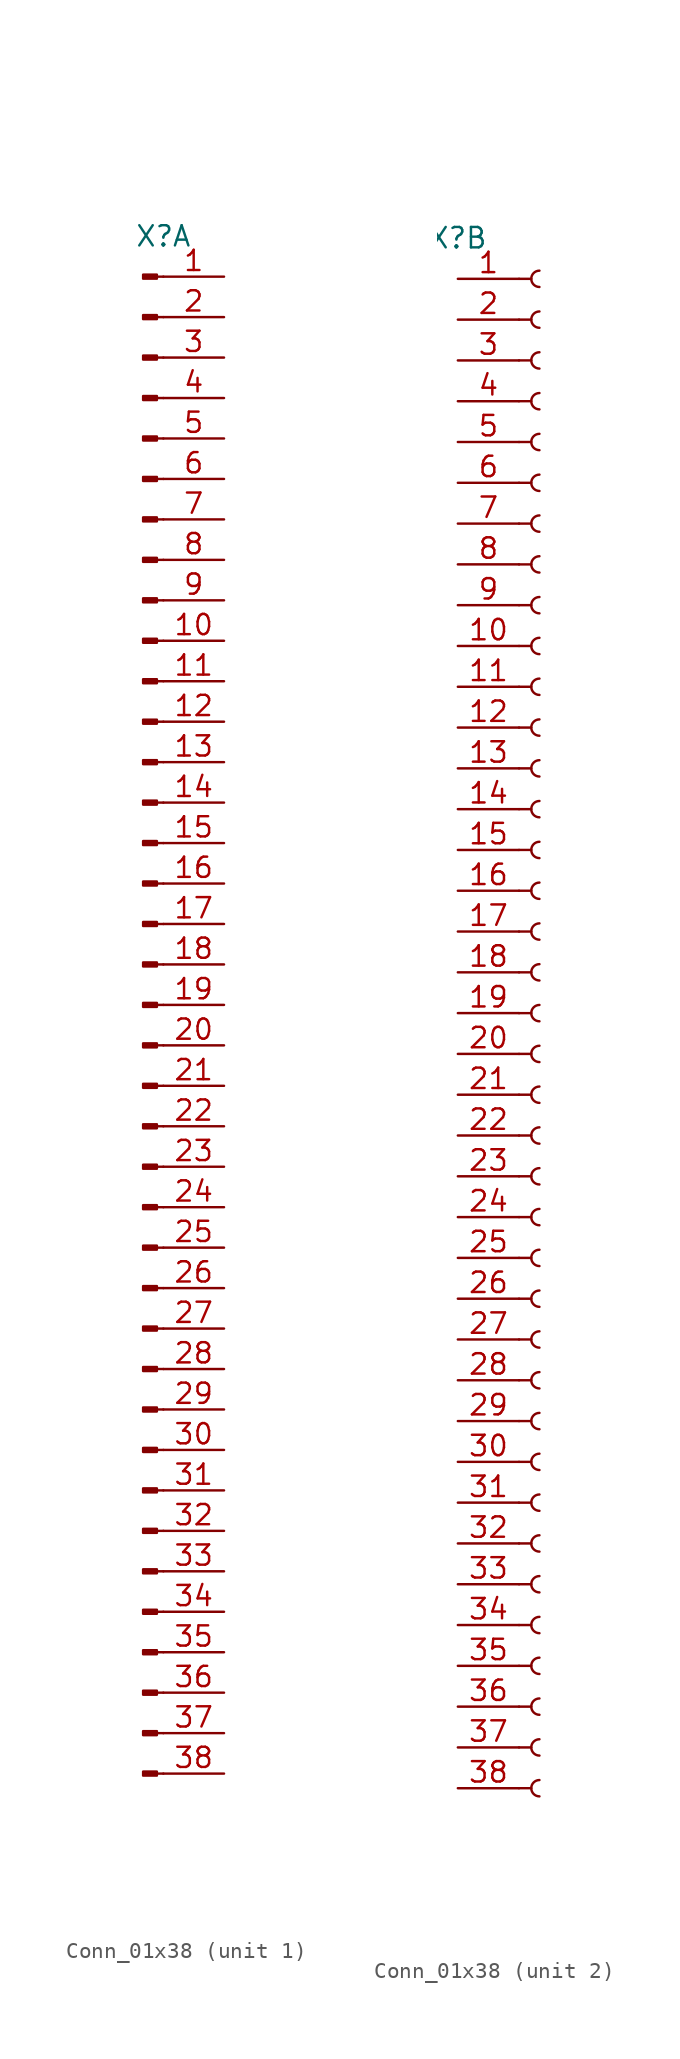
<source format=kicad_sym>
(kicad_symbol_lib
  (version 20241209)
  (generator "kicad_symbol_editor")
  (generator_version "9.0")
  (symbol "Conn_01x38"
    (pin_names
      (offset 1.016)
      (hide yes))
    (property "Reference" "X"
      (at 0 48.26 0)
      (effects (font (size 1.27 1.27))))
    (property "ki_locked" ""
      (at 0 0 0)
      (effects (font (size 1.27 1.27))))
    (symbol "Conn_01x38_1_1"
      (rectangle (start -0.406 45.847) (end -1.27 45.593) (stroke (width 0.152) (type default)) (fill (type outline)))
      (rectangle (start -0.406 43.307) (end -1.27 43.053) (stroke (width 0.152) (type default)) (fill (type outline)))
      (rectangle (start -0.406 40.767) (end -1.27 40.513) (stroke (width 0.152) (type default)) (fill (type outline)))
      (rectangle (start -0.406 38.227) (end -1.27 37.973) (stroke (width 0.152) (type default)) (fill (type outline)))
      (rectangle (start -0.406 35.687) (end -1.27 35.433) (stroke (width 0.152) (type default)) (fill (type outline)))
      (rectangle (start -0.406 33.147) (end -1.27 32.893) (stroke (width 0.152) (type default)) (fill (type outline)))
      (rectangle (start -0.406 30.607) (end -1.27 30.353) (stroke (width 0.152) (type default)) (fill (type outline)))
      (rectangle (start -0.406 28.067) (end -1.27 27.813) (stroke (width 0.152) (type default)) (fill (type outline)))
      (rectangle (start -0.406 25.527) (end -1.27 25.273) (stroke (width 0.152) (type default)) (fill (type outline)))
      (rectangle (start -0.406 22.987) (end -1.27 22.733) (stroke (width 0.152) (type default)) (fill (type outline)))
      (rectangle (start -0.406 20.447) (end -1.27 20.193) (stroke (width 0.152) (type default)) (fill (type outline)))
      (rectangle (start -0.406 17.907) (end -1.27 17.653) (stroke (width 0.152) (type default)) (fill (type outline)))
      (rectangle (start -0.406 15.367) (end -1.27 15.113) (stroke (width 0.152) (type default)) (fill (type outline)))
      (rectangle (start -0.406 12.827) (end -1.27 12.573) (stroke (width 0.152) (type default)) (fill (type outline)))
      (rectangle (start -0.406 10.287) (end -1.27 10.033) (stroke (width 0.152) (type default)) (fill (type outline)))
      (rectangle (start -0.406 7.747) (end -1.27 7.493) (stroke (width 0.152) (type default)) (fill (type outline)))
      (rectangle (start -0.406 5.207) (end -1.27 4.953) (stroke (width 0.152) (type default)) (fill (type outline)))
      (rectangle (start -0.406 2.667) (end -1.27 2.413) (stroke (width 0.152) (type default)) (fill (type outline)))
      (rectangle (start -0.406 0.127) (end -1.27 -0.127) (stroke (width 0.152) (type default)) (fill (type outline)))
      (rectangle (start -0.406 -2.413) (end -1.27 -2.667) (stroke (width 0.152) (type default)) (fill (type outline)))
      (rectangle (start -0.406 -4.953) (end -1.27 -5.207) (stroke (width 0.152) (type default)) (fill (type outline)))
      (rectangle (start -0.406 -7.493) (end -1.27 -7.747) (stroke (width 0.152) (type default)) (fill (type outline)))
      (rectangle (start -0.406 -10.033) (end -1.27 -10.287) (stroke (width 0.152) (type default)) (fill (type outline)))
      (rectangle (start -0.406 -12.573) (end -1.27 -12.827) (stroke (width 0.152) (type default)) (fill (type outline)))
      (rectangle (start -0.406 -15.113) (end -1.27 -15.367) (stroke (width 0.152) (type default)) (fill (type outline)))
      (rectangle (start -0.406 -17.653) (end -1.27 -17.907) (stroke (width 0.152) (type default)) (fill (type outline)))
      (rectangle (start -0.406 -20.193) (end -1.27 -20.447) (stroke (width 0.152) (type default)) (fill (type outline)))
      (rectangle (start -0.406 -22.733) (end -1.27 -22.987) (stroke (width 0.152) (type default)) (fill (type outline)))
      (rectangle (start -0.406 -25.273) (end -1.27 -25.527) (stroke (width 0.152) (type default)) (fill (type outline)))
      (rectangle (start -0.406 -27.813) (end -1.27 -28.067) (stroke (width 0.152) (type default)) (fill (type outline)))
      (rectangle (start -0.406 -30.353) (end -1.27 -30.607) (stroke (width 0.152) (type default)) (fill (type outline)))
      (rectangle (start -0.406 -32.893) (end -1.27 -33.147) (stroke (width 0.152) (type default)) (fill (type outline)))
      (rectangle (start -0.406 -35.433) (end -1.27 -35.687) (stroke (width 0.152) (type default)) (fill (type outline)))
      (rectangle (start -0.406 -37.973) (end -1.27 -38.227) (stroke (width 0.152) (type default)) (fill (type outline)))
      (rectangle (start -0.406 -40.513) (end -1.27 -40.767) (stroke (width 0.152) (type default)) (fill (type outline)))
      (rectangle (start -0.406 -43.053) (end -1.27 -43.307) (stroke (width 0.152) (type default)) (fill (type outline)))
      (rectangle (start -0.406 -45.593) (end -1.27 -45.847) (stroke (width 0.152) (type default)) (fill (type outline)))
      (rectangle (start -0.406 -48.133) (end -1.27 -48.387) (stroke (width 0.152) (type default)) (fill (type outline)))
      (polyline (pts (xy 0 45.72) (xy -0.406 45.72)) (stroke (width 0.152) (type default)) (fill (type none)))
      (polyline (pts (xy 0 43.18) (xy -0.406 43.18)) (stroke (width 0.152) (type default)) (fill (type none)))
      (polyline (pts (xy 0 40.64) (xy -0.406 40.64)) (stroke (width 0.152) (type default)) (fill (type none)))
      (polyline (pts (xy 0 38.1) (xy -0.406 38.1)) (stroke (width 0.152) (type default)) (fill (type none)))
      (polyline (pts (xy 0 35.56) (xy -0.406 35.56)) (stroke (width 0.152) (type default)) (fill (type none)))
      (polyline (pts (xy 0 33.02) (xy -0.406 33.02)) (stroke (width 0.152) (type default)) (fill (type none)))
      (polyline (pts (xy 0 30.48) (xy -0.406 30.48)) (stroke (width 0.152) (type default)) (fill (type none)))
      (polyline (pts (xy 0 27.94) (xy -0.406 27.94)) (stroke (width 0.152) (type default)) (fill (type none)))
      (polyline (pts (xy 0 25.4) (xy -0.406 25.4)) (stroke (width 0.152) (type default)) (fill (type none)))
      (polyline (pts (xy 0 22.86) (xy -0.406 22.86)) (stroke (width 0.152) (type default)) (fill (type none)))
      (polyline (pts (xy 0 20.32) (xy -0.406 20.32)) (stroke (width 0.152) (type default)) (fill (type none)))
      (polyline (pts (xy 0 17.78) (xy -0.406 17.78)) (stroke (width 0.152) (type default)) (fill (type none)))
      (polyline (pts (xy 0 15.24) (xy -0.406 15.24)) (stroke (width 0.152) (type default)) (fill (type none)))
      (polyline (pts (xy 0 12.7) (xy -0.406 12.7)) (stroke (width 0.152) (type default)) (fill (type none)))
      (polyline (pts (xy 0 10.16) (xy -0.406 10.16)) (stroke (width 0.152) (type default)) (fill (type none)))
      (polyline (pts (xy 0 7.62) (xy -0.406 7.62)) (stroke (width 0.152) (type default)) (fill (type none)))
      (polyline (pts (xy 0 5.08) (xy -0.406 5.08)) (stroke (width 0.152) (type default)) (fill (type none)))
      (polyline (pts (xy 0 2.54) (xy -0.406 2.54)) (stroke (width 0.152) (type default)) (fill (type none)))
      (polyline (pts (xy 0 0) (xy -0.406 0)) (stroke (width 0.152) (type default)) (fill (type none)))
      (polyline (pts (xy 0 -2.54) (xy -0.406 -2.54)) (stroke (width 0.152) (type default)) (fill (type none)))
      (polyline (pts (xy 0 -5.08) (xy -0.406 -5.08)) (stroke (width 0.152) (type default)) (fill (type none)))
      (polyline (pts (xy 0 -7.62) (xy -0.406 -7.62)) (stroke (width 0.152) (type default)) (fill (type none)))
      (polyline (pts (xy 0 -10.16) (xy -0.406 -10.16)) (stroke (width 0.152) (type default)) (fill (type none)))
      (polyline (pts (xy 0 -12.7) (xy -0.406 -12.7)) (stroke (width 0.152) (type default)) (fill (type none)))
      (polyline (pts (xy 0 -15.24) (xy -0.406 -15.24)) (stroke (width 0.152) (type default)) (fill (type none)))
      (polyline (pts (xy 0 -17.78) (xy -0.406 -17.78)) (stroke (width 0.152) (type default)) (fill (type none)))
      (polyline (pts (xy 0 -20.32) (xy -0.406 -20.32)) (stroke (width 0.152) (type default)) (fill (type none)))
      (polyline (pts (xy 0 -22.86) (xy -0.406 -22.86)) (stroke (width 0.152) (type default)) (fill (type none)))
      (polyline (pts (xy 0 -25.4) (xy -0.406 -25.4)) (stroke (width 0.152) (type default)) (fill (type none)))
      (polyline (pts (xy 0 -27.94) (xy -0.406 -27.94)) (stroke (width 0.152) (type default)) (fill (type none)))
      (polyline (pts (xy 0 -30.48) (xy -0.406 -30.48)) (stroke (width 0.152) (type default)) (fill (type none)))
      (polyline (pts (xy 0 -33.02) (xy -0.406 -33.02)) (stroke (width 0.152) (type default)) (fill (type none)))
      (polyline (pts (xy 0 -35.56) (xy -0.406 -35.56)) (stroke (width 0.152) (type default)) (fill (type none)))
      (polyline (pts (xy 0 -38.1) (xy -0.406 -38.1)) (stroke (width 0.152) (type default)) (fill (type none)))
      (polyline (pts (xy 0 -40.64) (xy -0.406 -40.64)) (stroke (width 0.152) (type default)) (fill (type none)))
      (polyline (pts (xy 0 -43.18) (xy -0.406 -43.18)) (stroke (width 0.152) (type default)) (fill (type none)))
      (polyline (pts (xy 0 -45.72) (xy -0.406 -45.72)) (stroke (width 0.152) (type default)) (fill (type none)))
      (polyline (pts (xy 0 -48.26) (xy -0.406 -48.26)) (stroke (width 0.152) (type default)) (fill (type none)))
      (pin passive line (at 3.81 45.72 180) (length 3.81) (name "Pin_1" (effects (font (size 1.27 1.27)))) (number "1" (effects (font (size 1.27 1.27)))))
      (pin passive line (at 3.81 43.18 180) (length 3.81) (name "Pin_2" (effects (font (size 1.27 1.27)))) (number "2" (effects (font (size 1.27 1.27)))))
      (pin passive line (at 3.81 40.64 180) (length 3.81) (name "Pin_3" (effects (font (size 1.27 1.27)))) (number "3" (effects (font (size 1.27 1.27)))))
      (pin passive line (at 3.81 38.1 180) (length 3.81) (name "Pin_4" (effects (font (size 1.27 1.27)))) (number "4" (effects (font (size 1.27 1.27)))))
      (pin passive line (at 3.81 35.56 180) (length 3.81) (name "Pin_5" (effects (font (size 1.27 1.27)))) (number "5" (effects (font (size 1.27 1.27)))))
      (pin passive line (at 3.81 33.02 180) (length 3.81) (name "Pin_6" (effects (font (size 1.27 1.27)))) (number "6" (effects (font (size 1.27 1.27)))))
      (pin passive line (at 3.81 30.48 180) (length 3.81) (name "Pin_7" (effects (font (size 1.27 1.27)))) (number "7" (effects (font (size 1.27 1.27)))))
      (pin passive line (at 3.81 27.94 180) (length 3.81) (name "Pin_8" (effects (font (size 1.27 1.27)))) (number "8" (effects (font (size 1.27 1.27)))))
      (pin passive line (at 3.81 25.4 180) (length 3.81) (name "Pin_9" (effects (font (size 1.27 1.27)))) (number "9" (effects (font (size 1.27 1.27)))))
      (pin passive line (at 3.81 22.86 180) (length 3.81) (name "Pin_10" (effects (font (size 1.27 1.27)))) (number "10" (effects (font (size 1.27 1.27)))))
      (pin passive line (at 3.81 20.32 180) (length 3.81) (name "Pin_11" (effects (font (size 1.27 1.27)))) (number "11" (effects (font (size 1.27 1.27)))))
      (pin passive line (at 3.81 17.78 180) (length 3.81) (name "Pin_12" (effects (font (size 1.27 1.27)))) (number "12" (effects (font (size 1.27 1.27)))))
      (pin passive line (at 3.81 15.24 180) (length 3.81) (name "Pin_13" (effects (font (size 1.27 1.27)))) (number "13" (effects (font (size 1.27 1.27)))))
      (pin passive line (at 3.81 12.7 180) (length 3.81) (name "Pin_14" (effects (font (size 1.27 1.27)))) (number "14" (effects (font (size 1.27 1.27)))))
      (pin passive line (at 3.81 10.16 180) (length 3.81) (name "Pin_15" (effects (font (size 1.27 1.27)))) (number "15" (effects (font (size 1.27 1.27)))))
      (pin passive line (at 3.81 7.62 180) (length 3.81) (name "Pin_16" (effects (font (size 1.27 1.27)))) (number "16" (effects (font (size 1.27 1.27)))))
      (pin passive line (at 3.81 5.08 180) (length 3.81) (name "Pin_17" (effects (font (size 1.27 1.27)))) (number "17" (effects (font (size 1.27 1.27)))))
      (pin passive line (at 3.81 2.54 180) (length 3.81) (name "Pin_18" (effects (font (size 1.27 1.27)))) (number "18" (effects (font (size 1.27 1.27)))))
      (pin passive line (at 3.81 0 180) (length 3.81) (name "Pin_19" (effects (font (size 1.27 1.27)))) (number "19" (effects (font (size 1.27 1.27)))))
      (pin passive line (at 3.81 -2.54 180) (length 3.81) (name "Pin_20" (effects (font (size 1.27 1.27)))) (number "20" (effects (font (size 1.27 1.27)))))
      (pin passive line (at 3.81 -5.08 180) (length 3.81) (name "Pin_21" (effects (font (size 1.27 1.27)))) (number "21" (effects (font (size 1.27 1.27)))))
      (pin passive line (at 3.81 -7.62 180) (length 3.81) (name "Pin_22" (effects (font (size 1.27 1.27)))) (number "22" (effects (font (size 1.27 1.27)))))
      (pin passive line (at 3.81 -10.16 180) (length 3.81) (name "Pin_23" (effects (font (size 1.27 1.27)))) (number "23" (effects (font (size 1.27 1.27)))))
      (pin passive line (at 3.81 -12.7 180) (length 3.81) (name "Pin_24" (effects (font (size 1.27 1.27)))) (number "24" (effects (font (size 1.27 1.27)))))
      (pin passive line (at 3.81 -15.24 180) (length 3.81) (name "Pin_25" (effects (font (size 1.27 1.27)))) (number "25" (effects (font (size 1.27 1.27)))))
      (pin passive line (at 3.81 -17.78 180) (length 3.81) (name "Pin_26" (effects (font (size 1.27 1.27)))) (number "26" (effects (font (size 1.27 1.27)))))
      (pin passive line (at 3.81 -20.32 180) (length 3.81) (name "Pin_27" (effects (font (size 1.27 1.27)))) (number "27" (effects (font (size 1.27 1.27)))))
      (pin passive line (at 3.81 -22.86 180) (length 3.81) (name "Pin_28" (effects (font (size 1.27 1.27)))) (number "28" (effects (font (size 1.27 1.27)))))
      (pin passive line (at 3.81 -25.4 180) (length 3.81) (name "Pin_29" (effects (font (size 1.27 1.27)))) (number "29" (effects (font (size 1.27 1.27)))))
      (pin passive line (at 3.81 -27.94 180) (length 3.81) (name "Pin_30" (effects (font (size 1.27 1.27)))) (number "30" (effects (font (size 1.27 1.27)))))
      (pin passive line (at 3.81 -30.48 180) (length 3.81) (name "Pin_31" (effects (font (size 1.27 1.27)))) (number "31" (effects (font (size 1.27 1.27)))))
      (pin passive line (at 3.81 -33.02 180) (length 3.81) (name "Pin_32" (effects (font (size 1.27 1.27)))) (number "32" (effects (font (size 1.27 1.27)))))
      (pin passive line (at 3.81 -35.56 180) (length 3.81) (name "Pin_33" (effects (font (size 1.27 1.27)))) (number "33" (effects (font (size 1.27 1.27)))))
      (pin passive line (at 3.81 -38.1 180) (length 3.81) (name "Pin_34" (effects (font (size 1.27 1.27)))) (number "34" (effects (font (size 1.27 1.27)))))
      (pin passive line (at 3.81 -40.64 180) (length 3.81) (name "Pin_35" (effects (font (size 1.27 1.27)))) (number "35" (effects (font (size 1.27 1.27)))))
      (pin passive line (at 3.81 -43.18 180) (length 3.81) (name "Pin_36" (effects (font (size 1.27 1.27)))) (number "36" (effects (font (size 1.27 1.27)))))
      (pin passive line (at 3.81 -45.72 180) (length 3.81) (name "Pin_37" (effects (font (size 1.27 1.27)))) (number "37" (effects (font (size 1.27 1.27)))))
      (pin passive line (at 3.81 -48.26 180) (length 3.81) (name "Pin_38" (effects (font (size 1.27 1.27)))) (number "38" (effects (font (size 1.27 1.27))))))
    (symbol "Conn_01x38_2_1"
      (polyline (pts (xy 3.81 45.72) (xy 4.572 45.72)) (stroke (width 0.152) (type default)) (fill (type none)))
      (polyline (pts (xy 3.81 43.18) (xy 4.572 43.18)) (stroke (width 0.152) (type default)) (fill (type none)))
      (polyline (pts (xy 3.81 40.64) (xy 4.572 40.64)) (stroke (width 0.152) (type default)) (fill (type none)))
      (polyline (pts (xy 3.81 38.1) (xy 4.572 38.1)) (stroke (width 0.152) (type default)) (fill (type none)))
      (polyline (pts (xy 3.81 35.56) (xy 4.572 35.56)) (stroke (width 0.152) (type default)) (fill (type none)))
      (polyline (pts (xy 3.81 33.02) (xy 4.572 33.02)) (stroke (width 0.152) (type default)) (fill (type none)))
      (polyline (pts (xy 3.81 30.48) (xy 4.572 30.48)) (stroke (width 0.152) (type default)) (fill (type none)))
      (polyline (pts (xy 3.81 27.94) (xy 4.572 27.94)) (stroke (width 0.152) (type default)) (fill (type none)))
      (polyline (pts (xy 3.81 25.4) (xy 4.572 25.4)) (stroke (width 0.152) (type default)) (fill (type none)))
      (polyline (pts (xy 3.81 22.86) (xy 4.572 22.86)) (stroke (width 0.152) (type default)) (fill (type none)))
      (polyline (pts (xy 3.81 20.32) (xy 4.572 20.32)) (stroke (width 0.152) (type default)) (fill (type none)))
      (polyline (pts (xy 3.81 17.78) (xy 4.572 17.78)) (stroke (width 0.152) (type default)) (fill (type none)))
      (polyline (pts (xy 3.81 15.24) (xy 4.572 15.24)) (stroke (width 0.152) (type default)) (fill (type none)))
      (polyline (pts (xy 3.81 12.7) (xy 4.572 12.7)) (stroke (width 0.152) (type default)) (fill (type none)))
      (polyline (pts (xy 3.81 10.16) (xy 4.572 10.16)) (stroke (width 0.152) (type default)) (fill (type none)))
      (polyline (pts (xy 3.81 7.62) (xy 4.572 7.62)) (stroke (width 0.152) (type default)) (fill (type none)))
      (polyline (pts (xy 3.81 5.08) (xy 4.572 5.08)) (stroke (width 0.152) (type default)) (fill (type none)))
      (polyline (pts (xy 3.81 2.54) (xy 4.572 2.54)) (stroke (width 0.152) (type default)) (fill (type none)))
      (polyline (pts (xy 3.81 0) (xy 4.572 0)) (stroke (width 0.152) (type default)) (fill (type none)))
      (polyline (pts (xy 3.81 -2.54) (xy 4.572 -2.54)) (stroke (width 0.152) (type default)) (fill (type none)))
      (polyline (pts (xy 3.81 -5.08) (xy 4.572 -5.08)) (stroke (width 0.152) (type default)) (fill (type none)))
      (polyline (pts (xy 3.81 -7.62) (xy 4.572 -7.62)) (stroke (width 0.152) (type default)) (fill (type none)))
      (polyline (pts (xy 3.81 -10.16) (xy 4.572 -10.16)) (stroke (width 0.152) (type default)) (fill (type none)))
      (polyline (pts (xy 3.81 -12.7) (xy 4.572 -12.7)) (stroke (width 0.152) (type default)) (fill (type none)))
      (polyline (pts (xy 3.81 -15.24) (xy 4.572 -15.24)) (stroke (width 0.152) (type default)) (fill (type none)))
      (polyline (pts (xy 3.81 -17.78) (xy 4.572 -17.78)) (stroke (width 0.152) (type default)) (fill (type none)))
      (polyline (pts (xy 3.81 -20.32) (xy 4.572 -20.32)) (stroke (width 0.152) (type default)) (fill (type none)))
      (polyline (pts (xy 3.81 -22.86) (xy 4.572 -22.86)) (stroke (width 0.152) (type default)) (fill (type none)))
      (polyline (pts (xy 3.81 -25.4) (xy 4.572 -25.4)) (stroke (width 0.152) (type default)) (fill (type none)))
      (polyline (pts (xy 3.81 -27.94) (xy 4.572 -27.94)) (stroke (width 0.152) (type default)) (fill (type none)))
      (polyline (pts (xy 3.81 -30.48) (xy 4.572 -30.48)) (stroke (width 0.152) (type default)) (fill (type none)))
      (polyline (pts (xy 3.81 -33.02) (xy 4.572 -33.02)) (stroke (width 0.152) (type default)) (fill (type none)))
      (polyline (pts (xy 3.81 -35.56) (xy 4.572 -35.56)) (stroke (width 0.152) (type default)) (fill (type none)))
      (polyline (pts (xy 3.81 -38.1) (xy 4.572 -38.1)) (stroke (width 0.152) (type default)) (fill (type none)))
      (polyline (pts (xy 3.81 -40.64) (xy 4.572 -40.64)) (stroke (width 0.152) (type default)) (fill (type none)))
      (polyline (pts (xy 3.81 -43.18) (xy 4.572 -43.18)) (stroke (width 0.152) (type default)) (fill (type none)))
      (polyline (pts (xy 3.81 -45.72) (xy 4.572 -45.72)) (stroke (width 0.152) (type default)) (fill (type none)))
      (polyline (pts (xy 3.81 -48.26) (xy 4.572 -48.26)) (stroke (width 0.152) (type default)) (fill (type none)))
      (arc (start 5.08 45.212) (mid 4.5742 45.72) (end 5.08 46.228) (stroke (width 0.1524) (type default)) (fill (type none)))
      (arc (start 5.08 42.672) (mid 4.5742 43.18) (end 5.08 43.688) (stroke (width 0.1524) (type default)) (fill (type none)))
      (arc (start 5.08 40.132) (mid 4.5742 40.64) (end 5.08 41.148) (stroke (width 0.1524) (type default)) (fill (type none)))
      (arc (start 5.08 37.592) (mid 4.5742 38.1) (end 5.08 38.608) (stroke (width 0.1524) (type default)) (fill (type none)))
      (arc (start 5.08 35.052) (mid 4.5742 35.56) (end 5.08 36.068) (stroke (width 0.1524) (type default)) (fill (type none)))
      (arc (start 5.08 32.512) (mid 4.5742 33.02) (end 5.08 33.528) (stroke (width 0.1524) (type default)) (fill (type none)))
      (arc (start 5.08 29.972) (mid 4.5742 30.48) (end 5.08 30.988) (stroke (width 0.1524) (type default)) (fill (type none)))
      (arc (start 5.08 27.432) (mid 4.5742 27.94) (end 5.08 28.448) (stroke (width 0.1524) (type default)) (fill (type none)))
      (arc (start 5.08 24.892) (mid 4.5742 25.4) (end 5.08 25.908) (stroke (width 0.1524) (type default)) (fill (type none)))
      (arc (start 5.08 22.352) (mid 4.5742 22.86) (end 5.08 23.368) (stroke (width 0.1524) (type default)) (fill (type none)))
      (arc (start 5.08 19.812) (mid 4.5742 20.32) (end 5.08 20.828) (stroke (width 0.1524) (type default)) (fill (type none)))
      (arc (start 5.08 17.272) (mid 4.5742 17.78) (end 5.08 18.288) (stroke (width 0.1524) (type default)) (fill (type none)))
      (arc (start 5.08 14.732) (mid 4.5742 15.24) (end 5.08 15.748) (stroke (width 0.1524) (type default)) (fill (type none)))
      (arc (start 5.08 12.192) (mid 4.5742 12.7) (end 5.08 13.208) (stroke (width 0.1524) (type default)) (fill (type none)))
      (arc (start 5.08 9.652) (mid 4.5742 10.16) (end 5.08 10.668) (stroke (width 0.1524) (type default)) (fill (type none)))
      (arc (start 5.08 7.112) (mid 4.5742 7.62) (end 5.08 8.128) (stroke (width 0.1524) (type default)) (fill (type none)))
      (arc (start 5.08 4.572) (mid 4.5742 5.08) (end 5.08 5.588) (stroke (width 0.1524) (type default)) (fill (type none)))
      (arc (start 5.08 2.032) (mid 4.5742 2.54) (end 5.08 3.048) (stroke (width 0.1524) (type default)) (fill (type none)))
      (arc (start 5.08 -0.508) (mid 4.5742 0) (end 5.08 0.508) (stroke (width 0.1524) (type default)) (fill (type none)))
      (arc (start 5.08 -3.048) (mid 4.5742 -2.54) (end 5.08 -2.032) (stroke (width 0.1524) (type default)) (fill (type none)))
      (arc (start 5.08 -5.588) (mid 4.5742 -5.08) (end 5.08 -4.572) (stroke (width 0.1524) (type default)) (fill (type none)))
      (arc (start 5.08 -8.128) (mid 4.5742 -7.62) (end 5.08 -7.112) (stroke (width 0.1524) (type default)) (fill (type none)))
      (arc (start 5.08 -10.668) (mid 4.5742 -10.16) (end 5.08 -9.652) (stroke (width 0.1524) (type default)) (fill (type none)))
      (arc (start 5.08 -13.208) (mid 4.5742 -12.7) (end 5.08 -12.192) (stroke (width 0.1524) (type default)) (fill (type none)))
      (arc (start 5.08 -15.748) (mid 4.5742 -15.24) (end 5.08 -14.732) (stroke (width 0.1524) (type default)) (fill (type none)))
      (arc (start 5.08 -18.288) (mid 4.5742 -17.78) (end 5.08 -17.272) (stroke (width 0.1524) (type default)) (fill (type none)))
      (arc (start 5.08 -20.828) (mid 4.5742 -20.32) (end 5.08 -19.812) (stroke (width 0.1524) (type default)) (fill (type none)))
      (arc (start 5.08 -23.368) (mid 4.5742 -22.86) (end 5.08 -22.352) (stroke (width 0.1524) (type default)) (fill (type none)))
      (arc (start 5.08 -25.908) (mid 4.5742 -25.4) (end 5.08 -24.892) (stroke (width 0.1524) (type default)) (fill (type none)))
      (arc (start 5.08 -28.448) (mid 4.5742 -27.94) (end 5.08 -27.432) (stroke (width 0.1524) (type default)) (fill (type none)))
      (arc (start 5.08 -30.988) (mid 4.5742 -30.48) (end 5.08 -29.972) (stroke (width 0.1524) (type default)) (fill (type none)))
      (arc (start 5.08 -33.528) (mid 4.5742 -33.02) (end 5.08 -32.512) (stroke (width 0.1524) (type default)) (fill (type none)))
      (arc (start 5.08 -36.068) (mid 4.5742 -35.56) (end 5.08 -35.052) (stroke (width 0.1524) (type default)) (fill (type none)))
      (arc (start 5.08 -38.608) (mid 4.5742 -38.1) (end 5.08 -37.592) (stroke (width 0.1524) (type default)) (fill (type none)))
      (arc (start 5.08 -41.148) (mid 4.5742 -40.64) (end 5.08 -40.132) (stroke (width 0.1524) (type default)) (fill (type none)))
      (arc (start 5.08 -43.688) (mid 4.5742 -43.18) (end 5.08 -42.672) (stroke (width 0.1524) (type default)) (fill (type none)))
      (arc (start 5.08 -46.228) (mid 4.5742 -45.72) (end 5.08 -45.212) (stroke (width 0.1524) (type default)) (fill (type none)))
      (arc (start 5.08 -48.768) (mid 4.5742 -48.26) (end 5.08 -47.752) (stroke (width 0.1524) (type default)) (fill (type none)))
      (pin passive line (at 0 45.72 0) (length 3.81) (name "Pin_1" (effects (font (size 1.27 1.27)))) (number "1" (effects (font (size 1.27 1.27)))))
      (pin passive line (at 0 43.18 0) (length 3.81) (name "Pin_2" (effects (font (size 1.27 1.27)))) (number "2" (effects (font (size 1.27 1.27)))))
      (pin passive line (at 0 40.64 0) (length 3.81) (name "Pin_3" (effects (font (size 1.27 1.27)))) (number "3" (effects (font (size 1.27 1.27)))))
      (pin passive line (at 0 38.1 0) (length 3.81) (name "Pin_4" (effects (font (size 1.27 1.27)))) (number "4" (effects (font (size 1.27 1.27)))))
      (pin passive line (at 0 35.56 0) (length 3.81) (name "Pin_5" (effects (font (size 1.27 1.27)))) (number "5" (effects (font (size 1.27 1.27)))))
      (pin passive line (at 0 33.02 0) (length 3.81) (name "Pin_6" (effects (font (size 1.27 1.27)))) (number "6" (effects (font (size 1.27 1.27)))))
      (pin passive line (at 0 30.48 0) (length 3.81) (name "Pin_7" (effects (font (size 1.27 1.27)))) (number "7" (effects (font (size 1.27 1.27)))))
      (pin passive line (at 0 27.94 0) (length 3.81) (name "Pin_8" (effects (font (size 1.27 1.27)))) (number "8" (effects (font (size 1.27 1.27)))))
      (pin passive line (at 0 25.4 0) (length 3.81) (name "Pin_9" (effects (font (size 1.27 1.27)))) (number "9" (effects (font (size 1.27 1.27)))))
      (pin passive line (at 0 22.86 0) (length 3.81) (name "Pin_10" (effects (font (size 1.27 1.27)))) (number "10" (effects (font (size 1.27 1.27)))))
      (pin passive line (at 0 20.32 0) (length 3.81) (name "Pin_11" (effects (font (size 1.27 1.27)))) (number "11" (effects (font (size 1.27 1.27)))))
      (pin passive line (at 0 17.78 0) (length 3.81) (name "Pin_12" (effects (font (size 1.27 1.27)))) (number "12" (effects (font (size 1.27 1.27)))))
      (pin passive line (at 0 15.24 0) (length 3.81) (name "Pin_13" (effects (font (size 1.27 1.27)))) (number "13" (effects (font (size 1.27 1.27)))))
      (pin passive line (at 0 12.7 0) (length 3.81) (name "Pin_14" (effects (font (size 1.27 1.27)))) (number "14" (effects (font (size 1.27 1.27)))))
      (pin passive line (at 0 10.16 0) (length 3.81) (name "Pin_15" (effects (font (size 1.27 1.27)))) (number "15" (effects (font (size 1.27 1.27)))))
      (pin passive line (at 0 7.62 0) (length 3.81) (name "Pin_16" (effects (font (size 1.27 1.27)))) (number "16" (effects (font (size 1.27 1.27)))))
      (pin passive line (at 0 5.08 0) (length 3.81) (name "Pin_17" (effects (font (size 1.27 1.27)))) (number "17" (effects (font (size 1.27 1.27)))))
      (pin passive line (at 0 2.54 0) (length 3.81) (name "Pin_18" (effects (font (size 1.27 1.27)))) (number "18" (effects (font (size 1.27 1.27)))))
      (pin passive line (at 0 0 0) (length 3.81) (name "Pin_19" (effects (font (size 1.27 1.27)))) (number "19" (effects (font (size 1.27 1.27)))))
      (pin passive line (at 0 -2.54 0) (length 3.81) (name "Pin_20" (effects (font (size 1.27 1.27)))) (number "20" (effects (font (size 1.27 1.27)))))
      (pin passive line (at 0 -5.08 0) (length 3.81) (name "Pin_21" (effects (font (size 1.27 1.27)))) (number "21" (effects (font (size 1.27 1.27)))))
      (pin passive line (at 0 -7.62 0) (length 3.81) (name "Pin_22" (effects (font (size 1.27 1.27)))) (number "22" (effects (font (size 1.27 1.27)))))
      (pin passive line (at 0 -10.16 0) (length 3.81) (name "Pin_23" (effects (font (size 1.27 1.27)))) (number "23" (effects (font (size 1.27 1.27)))))
      (pin passive line (at 0 -12.7 0) (length 3.81) (name "Pin_24" (effects (font (size 1.27 1.27)))) (number "24" (effects (font (size 1.27 1.27)))))
      (pin passive line (at 0 -15.24 0) (length 3.81) (name "Pin_25" (effects (font (size 1.27 1.27)))) (number "25" (effects (font (size 1.27 1.27)))))
      (pin passive line (at 0 -17.78 0) (length 3.81) (name "Pin_26" (effects (font (size 1.27 1.27)))) (number "26" (effects (font (size 1.27 1.27)))))
      (pin passive line (at 0 -20.32 0) (length 3.81) (name "Pin_27" (effects (font (size 1.27 1.27)))) (number "27" (effects (font (size 1.27 1.27)))))
      (pin passive line (at 0 -22.86 0) (length 3.81) (name "Pin_28" (effects (font (size 1.27 1.27)))) (number "28" (effects (font (size 1.27 1.27)))))
      (pin passive line (at 0 -25.4 0) (length 3.81) (name "Pin_29" (effects (font (size 1.27 1.27)))) (number "29" (effects (font (size 1.27 1.27)))))
      (pin passive line (at 0 -27.94 0) (length 3.81) (name "Pin_30" (effects (font (size 1.27 1.27)))) (number "30" (effects (font (size 1.27 1.27)))))
      (pin passive line (at 0 -30.48 0) (length 3.81) (name "Pin_31" (effects (font (size 1.27 1.27)))) (number "31" (effects (font (size 1.27 1.27)))))
      (pin passive line (at 0 -33.02 0) (length 3.81) (name "Pin_32" (effects (font (size 1.27 1.27)))) (number "32" (effects (font (size 1.27 1.27)))))
      (pin passive line (at 0 -35.56 0) (length 3.81) (name "Pin_33" (effects (font (size 1.27 1.27)))) (number "33" (effects (font (size 1.27 1.27)))))
      (pin passive line (at 0 -38.1 0) (length 3.81) (name "Pin_34" (effects (font (size 1.27 1.27)))) (number "34" (effects (font (size 1.27 1.27)))))
      (pin passive line (at 0 -40.64 0) (length 3.81) (name "Pin_35" (effects (font (size 1.27 1.27)))) (number "35" (effects (font (size 1.27 1.27)))))
      (pin passive line (at 0 -43.18 0) (length 3.81) (name "Pin_36" (effects (font (size 1.27 1.27)))) (number "36" (effects (font (size 1.27 1.27)))))
      (pin passive line (at 0 -45.72 0) (length 3.81) (name "Pin_37" (effects (font (size 1.27 1.27)))) (number "37" (effects (font (size 1.27 1.27)))))
      (pin passive line (at 0 -48.26 0) (length 3.81) (name "Pin_38" (effects (font (size 1.27 1.27)))) (number "38" (effects (font (size 1.27 1.27))))))))
</source>
